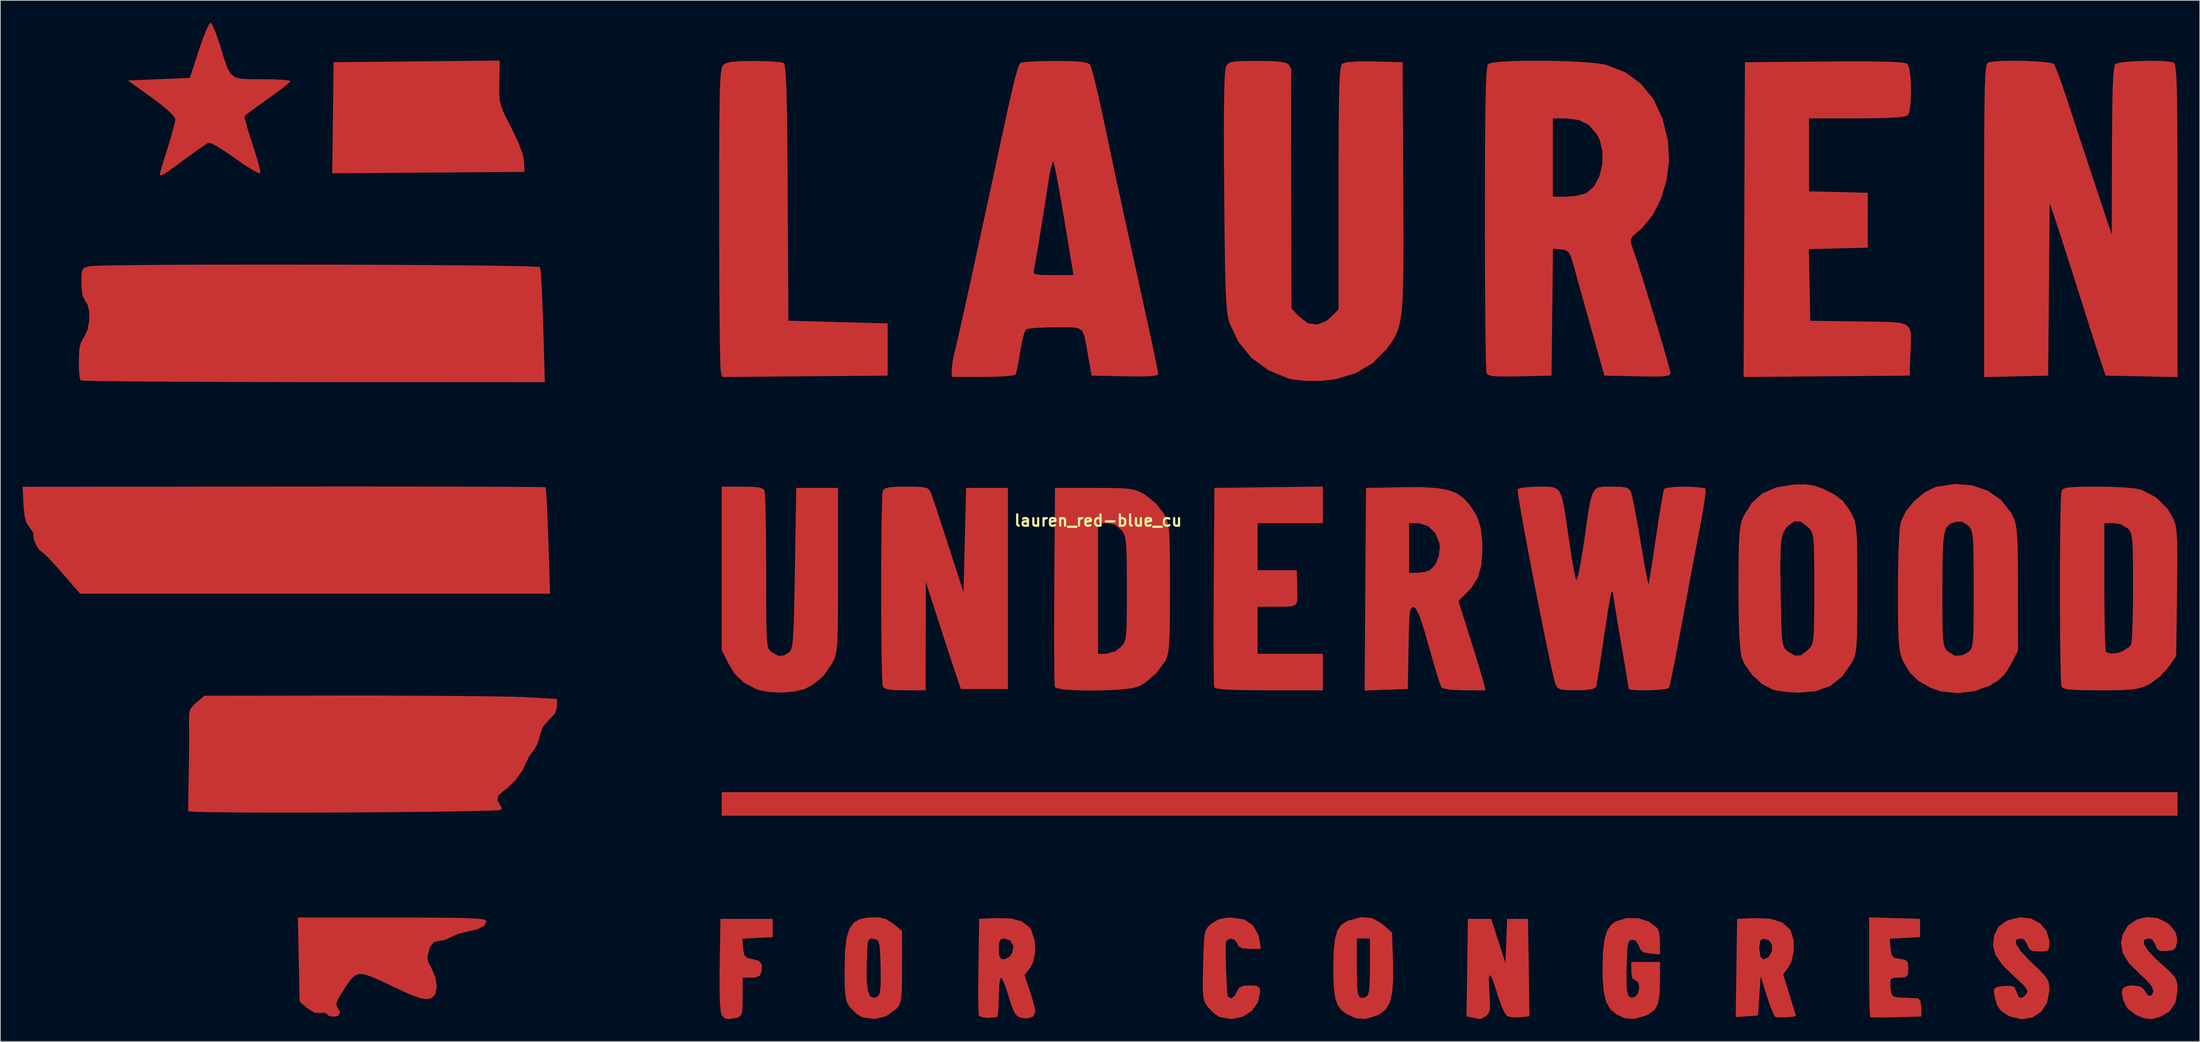
<source format=kicad_pcb>
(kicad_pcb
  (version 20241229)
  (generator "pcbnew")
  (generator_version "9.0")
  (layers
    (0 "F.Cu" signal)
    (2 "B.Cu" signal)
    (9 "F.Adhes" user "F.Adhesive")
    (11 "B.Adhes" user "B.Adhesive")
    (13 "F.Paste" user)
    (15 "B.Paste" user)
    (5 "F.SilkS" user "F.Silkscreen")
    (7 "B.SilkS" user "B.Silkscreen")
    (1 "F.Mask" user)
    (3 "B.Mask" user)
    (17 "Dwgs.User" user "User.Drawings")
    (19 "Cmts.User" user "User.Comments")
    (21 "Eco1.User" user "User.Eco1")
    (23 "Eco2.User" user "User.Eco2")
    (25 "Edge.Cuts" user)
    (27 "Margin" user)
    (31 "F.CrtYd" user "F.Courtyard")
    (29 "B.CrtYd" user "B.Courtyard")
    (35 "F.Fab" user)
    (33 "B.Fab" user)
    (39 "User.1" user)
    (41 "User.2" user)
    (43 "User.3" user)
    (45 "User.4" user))
  (footprint "lauren_red-blue_cu"
    (layer "F.Cu")
    (at 145.168 67.264)
    (property "Reference" "lauren_red-blue_cu" (at 0 0 0) (layer "F.SilkS") (effects (font (size 1.524 1.524) (thickness 0.3))))
    (attr through_hole)
    (fp_poly (pts (xy 145.697 39.864) (xy -50.8 39.864) (xy -50.8 36.689) (xy 145.697 36.689)) (stroke (width 0) (type solid)) (fill yes) (layer "F.Cu"))
    (fp_poly (pts (xy -80.826 -59.202) (xy -80.84 -57.848) (xy -80.776 -56.84) (xy -80.575 -55.957) (xy -80.179 -54.978) (xy -79.53 -53.681) (xy -79.207 -53.063) (xy -78.219 -51.006) (xy -77.637 -49.389) (xy -77.48 -48.477) (xy -77.435 -47.096) (xy -90.406 -47.003) (xy -103.378 -46.911) (xy -103.283 -54.412) (xy -103.188 -61.913) (xy -91.976 -62.024) (xy -80.764 -62.136)) (stroke (width 0) (type solid)) (fill yes) (layer "F.Cu"))
    (fp_poly (pts (xy -43.921 56.268) (xy -45.97 56.374) (xy -48.018 56.481) (xy -47.91 57.786) (xy -47.767 58.663) (xy -47.412 59.065) (xy -46.744 59.21) (xy -45.775 59.46) (xy -45.381 60.01) (xy -45.426 60.877) (xy -45.672 61.478) (xy -46.248 61.711) (xy -46.784 61.736) (xy -47.978 61.736) (xy -47.978 64.341) (xy -47.995 65.687) (xy -48.078 66.49) (xy -48.272 66.912) (xy -48.623 67.115) (xy -48.772 67.158) (xy -49.776 67.354) (xy -50.392 67.231) (xy -50.765 66.893) (xy -50.928 66.38) (xy -51.035 65.279) (xy -51.087 63.555) (xy -51.086 61.174) (xy -51.073 60.102) (xy -50.976 53.799) (xy -43.921 53.799)) (stroke (width 0) (type solid)) (fill yes) (layer "F.Cu"))
    (fp_poly (pts (xy 54.987 59.796) (xy 55.21 53.799) (xy 58.032 53.799) (xy 58.128 60.374) (xy 58.224 66.949) (xy 56.986 67.093) (xy 55.998 67.112) (xy 55.26 66.962) (xy 55.22 66.942) (xy 54.868 66.477) (xy 54.428 65.523) (xy 53.987 64.276) (xy 53.935 64.103) (xy 53.433 62.511) (xy 53.074 61.604) (xy 52.849 61.381) (xy 52.752 61.839) (xy 52.775 62.973) (xy 52.82 63.691) (xy 52.901 65.112) (xy 52.877 66.002) (xy 52.723 66.532) (xy 52.417 66.872) (xy 52.371 66.907) (xy 51.784 67.262) (xy 51.526 67.333) (xy 51.059 67.235) (xy 50.528 67.131) (xy 49.726 66.977) (xy 49.822 60.388) (xy 49.918 53.799) (xy 53.061 53.799)) (stroke (width 0) (type solid)) (fill yes) (layer "F.Cu"))
    (fp_poly (pts (xy 30.339 0.353) (xy 21.519 0.353) (xy 21.519 6.703) (xy 26.811 6.703) (xy 26.855 8.114) (xy 26.884 9.157) (xy 26.899 9.948) (xy 26.899 10.054) (xy 26.875 10.851) (xy 26.703 11.323) (xy 26.239 11.556) (xy 25.335 11.634) (xy 24.165 11.642) (xy 21.519 11.642) (xy 21.519 17.992) (xy 30.339 17.992) (xy 30.339 22.931) (xy 23.096 22.931) (xy 20.497 22.92) (xy 18.535 22.884) (xy 17.141 22.819) (xy 16.246 22.722) (xy 15.783 22.587) (xy 15.683 22.488) (xy 15.647 22.046) (xy 15.619 20.979) (xy 15.598 19.367) (xy 15.586 17.292) (xy 15.583 14.834) (xy 15.589 12.073) (xy 15.604 9.09) (xy 15.606 8.818) (xy 15.699 -4.41) (xy 23.019 -4.505) (xy 30.339 -4.6)) (stroke (width 0) (type solid)) (fill yes) (layer "F.Cu"))
    (fp_poly (pts (xy -95.827 -4.602) (xy -91.651 -4.597) (xy -87.819 -4.59) (xy -84.379 -4.581) (xy -81.378 -4.569) (xy -78.863 -4.555) (xy -76.883 -4.54) (xy -75.485 -4.522) (xy -74.716 -4.503) (xy -74.576 -4.491) (xy -74.521 -4.11) (xy -74.452 -3.132) (xy -74.374 -1.665) (xy -74.294 0.184) (xy -74.216 2.306) (xy -74.201 2.766) (xy -73.971 9.878) (xy -137.408 9.878) (xy -139.854 7.056) (xy -140.885 5.896) (xy -141.757 4.967) (xy -142.363 4.381) (xy -142.579 4.233) (xy -142.932 3.951) (xy -143.334 3.299) (xy -143.643 2.567) (xy -143.717 2.046) (xy -143.683 1.984) (xy -143.738 1.604) (xy -144.178 0.992) (xy -144.2 0.969) (xy -144.65 0.288) (xy -144.916 -0.685) (xy -145.052 -2.153) (xy -145.053 -2.193) (xy -145.168 -4.562) (xy -109.945 -4.599) (xy -105.022 -4.603) (xy -100.3 -4.604)) (stroke (width 0) (type solid)) (fill yes) (layer "F.Cu"))
    (fp_poly (pts (xy 36.905 53.677) (xy 38.202 54.373) (xy 38.532 54.648) (xy 39.68 55.675) (xy 39.808 59.69) (xy 39.825 62.067) (xy 39.685 63.852) (xy 39.356 65.146) (xy 38.806 66.051) (xy 38.004 66.67) (xy 37.595 66.864) (xy 36.099 67.314) (xy 34.826 67.238) (xy 33.593 66.674) (xy 32.86 66.133) (xy 32.346 65.471) (xy 32.016 64.559) (xy 31.833 63.267) (xy 31.758 61.467) (xy 31.75 60.285) (xy 31.802 58.079) (xy 31.982 56.464) (xy 31.988 56.444) (xy 34.925 56.444) (xy 34.925 60.266) (xy 34.938 62.119) (xy 34.995 63.367) (xy 35.126 64.108) (xy 35.361 64.443) (xy 35.729 64.472) (xy 36.131 64.344) (xy 36.383 64.134) (xy 36.548 63.653) (xy 36.643 62.781) (xy 36.684 61.397) (xy 36.689 60.287) (xy 36.689 56.444) (xy 34.925 56.444) (xy 31.988 56.444) (xy 32.324 55.334) (xy 32.863 54.579) (xy 33.634 54.093) (xy 33.762 54.041) (xy 35.476 53.573)) (stroke (width 0) (type solid)) (fill yes) (layer "F.Cu"))
    (fp_poly (pts (xy 104.163 -62.02) (xy 106.269 -61.986) (xy 107.786 -61.924) (xy 108.754 -61.833) (xy 109.212 -61.712) (xy 109.23 -61.698) (xy 109.473 -61.148) (xy 109.637 -60.104) (xy 109.72 -58.772) (xy 109.72 -57.359) (xy 109.637 -56.072) (xy 109.467 -55.117) (xy 109.291 -54.751) (xy 108.847 -54.582) (xy 107.873 -54.458) (xy 106.318 -54.376) (xy 104.137 -54.335) (xy 102.411 -54.328) (xy 95.956 -54.328) (xy 95.956 -44.473) (xy 99.924 -44.373) (xy 103.893 -44.274) (xy 103.893 -36.865) (xy 99.914 -36.765) (xy 95.936 -36.666) (xy 96.034 -31.827) (xy 96.132 -26.988) (xy 102.742 -26.892) (xy 105.147 -26.864) (xy 106.936 -26.821) (xy 108.197 -26.706) (xy 109.019 -26.462) (xy 109.488 -26.031) (xy 109.695 -25.356) (xy 109.725 -24.379) (xy 109.669 -23.044) (xy 109.642 -22.4) (xy 109.537 -19.579) (xy 98.334 -19.486) (xy 87.131 -19.393) (xy 87.222 -40.653) (xy 87.312 -61.913) (xy 98.03 -62.006) (xy 101.429 -62.026)) (stroke (width 0) (type solid)) (fill yes) (layer "F.Cu"))
    (fp_poly (pts (xy 107.509 53.698) (xy 110.949 53.799) (xy 110.949 56.268) (xy 108.9 56.374) (xy 106.851 56.481) (xy 106.96 57.786) (xy 107.097 58.657) (xy 107.446 59.053) (xy 108.212 59.201) (xy 108.215 59.201) (xy 108.992 59.348) (xy 109.305 59.741) (xy 109.361 60.524) (xy 109.307 61.332) (xy 109 61.667) (xy 108.227 61.736) (xy 108.105 61.736) (xy 107.288 61.777) (xy 106.957 62.038) (xy 106.933 62.728) (xy 106.959 63.059) (xy 107.063 63.874) (xy 107.332 64.268) (xy 107.974 64.409) (xy 108.656 64.443) (xy 109.721 64.486) (xy 110.516 64.522) (xy 110.684 64.531) (xy 110.997 64.871) (xy 111.125 65.718) (xy 111.125 65.769) (xy 111.125 66.979) (xy 107.743 67.092) (xy 106.275 67.126) (xy 105.097 67.125) (xy 104.368 67.091) (xy 104.215 67.057) (xy 104.169 66.675) (xy 104.13 65.699) (xy 104.098 64.241) (xy 104.077 62.414) (xy 104.069 60.329) (xy 104.069 60.253) (xy 104.069 53.597)) (stroke (width 0) (type solid)) (fill yes) (layer "F.Cu"))
    (fp_poly (pts (xy -46.453 -62.083) (xy -44.898 -62.055) (xy -43.589 -61.983) (xy -42.698 -61.879) (xy -42.425 -61.8) (xy -42.319 -61.573) (xy -42.228 -61.005) (xy -42.15 -60.051) (xy -42.085 -58.663) (xy -42.031 -56.795) (xy -41.985 -54.4) (xy -41.948 -51.433) (xy -41.918 -47.847) (xy -41.896 -44.255) (xy -41.804 -26.988) (xy -35.101 -26.811) (xy -28.399 -26.635) (xy -28.399 -19.579) (xy -39.557 -19.486) (xy -50.715 -19.393) (xy -50.929 -20.192) (xy -50.969 -20.685) (xy -51.006 -21.817) (xy -51.041 -23.523) (xy -51.072 -25.736) (xy -51.098 -28.39) (xy -51.12 -31.419) (xy -51.136 -34.757) (xy -51.145 -38.338) (xy -51.148 -40.985) (xy -51.147 -45.29) (xy -51.142 -48.943) (xy -51.131 -52) (xy -51.112 -54.513) (xy -51.085 -56.538) (xy -51.047 -58.129) (xy -50.997 -59.34) (xy -50.935 -60.226) (xy -50.857 -60.84) (xy -50.763 -61.236) (xy -50.652 -61.47) (xy -50.598 -61.535) (xy -50.163 -61.803) (xy -49.418 -61.972) (xy -48.231 -62.06) (xy -46.471 -62.084)) (stroke (width 0) (type solid)) (fill yes) (layer "F.Cu"))
    (fp_poly (pts (xy 90.766 53.788) (xy 92.341 54.284) (xy 93.364 55.188) (xy 93.508 55.427) (xy 93.882 56.702) (xy 93.898 58.21) (xy 93.573 59.618) (xy 93.213 60.292) (xy 92.476 61.29) (xy 93.334 64.071) (xy 93.727 65.352) (xy 94.026 66.334) (xy 94.18 66.857) (xy 94.192 66.901) (xy 93.887 67.004) (xy 93.166 67.08) (xy 92.317 67.116) (xy 91.628 67.095) (xy 91.404 67.046) (xy 91.159 66.637) (xy 90.787 65.73) (xy 90.36 64.503) (xy 90.265 64.206) (xy 89.434 61.56) (xy 89.255 64.206) (xy 89.076 66.851) (xy 87.569 66.96) (xy 86.062 67.069) (xy 86.158 60.434) (xy 86.195 57.856) (xy 89.253 57.856) (xy 89.39 58.883) (xy 89.781 59.28) (xy 90.396 59.023) (xy 90.593 58.843) (xy 90.961 58.125) (xy 90.952 57.311) (xy 90.586 56.725) (xy 90.459 56.659) (xy 89.734 56.475) (xy 89.372 56.727) (xy 89.257 57.531) (xy 89.253 57.856) (xy 86.195 57.856) (xy 86.254 53.799) (xy 88.622 53.695)) (stroke (width 0) (type solid)) (fill yes) (layer "F.Cu"))
    (fp_poly (pts (xy -24.424 -4.571) (xy -23.512 -4.502) (xy -22.993 -4.341) (xy -22.71 -4.05) (xy -22.587 -3.792) (xy -22.377 -3.213) (xy -21.993 -2.084) (xy -21.475 -0.526) (xy -20.863 1.34) (xy -20.213 3.345) (xy -18.168 9.688) (xy -17.992 2.639) (xy -17.815 -4.41) (xy -12.171 -4.41) (xy -12.171 22.754) (xy -18.521 22.754) (xy -19.295 20.461) (xy -19.694 19.262) (xy -20.243 17.593) (xy -20.875 15.657) (xy -21.523 13.656) (xy -21.661 13.229) (xy -23.253 8.29) (xy -23.283 22.931) (xy -26.068 22.931) (xy -27.538 22.901) (xy -28.441 22.796) (xy -28.916 22.589) (xy -29.066 22.373) (xy -29.116 21.901) (xy -29.161 20.807) (xy -29.201 19.175) (xy -29.235 17.088) (xy -29.26 14.63) (xy -29.276 11.884) (xy -29.281 9.172) (xy -29.275 6.236) (xy -29.258 3.51) (xy -29.232 1.078) (xy -29.198 -0.976) (xy -29.158 -2.569) (xy -29.112 -3.617) (xy -29.066 -4.028) (xy -28.819 -4.312) (xy -28.252 -4.484) (xy -27.233 -4.567) (xy -25.884 -4.586)) (stroke (width 0) (type solid)) (fill yes) (layer "F.Cu"))
    (fp_poly (pts (xy 143 53.694) (xy 144.328 54.359) (xy 144.689 54.676) (xy 145.414 55.574) (xy 145.648 56.447) (xy 145.632 56.881) (xy 145.481 57.656) (xy 145.08 58.007) (xy 144.241 58.139) (xy 143.364 58.144) (xy 142.932 57.876) (xy 142.735 57.345) (xy 142.303 56.602) (xy 141.81 56.444) (xy 141.199 56.633) (xy 141.159 57.172) (xy 141.671 58.025) (xy 142.717 59.154) (xy 143.404 59.783) (xy 144.513 60.776) (xy 145.191 61.483) (xy 145.544 62.072) (xy 145.677 62.714) (xy 145.697 63.463) (xy 145.427 65.103) (xy 144.607 66.307) (xy 143.347 67.049) (xy 142.221 67.344) (xy 141.184 67.233) (xy 140.053 66.763) (xy 138.929 65.89) (xy 138.42 64.915) (xy 138.163 63.77) (xy 138.353 63.11) (xy 139.052 62.828) (xy 139.654 62.794) (xy 140.648 62.92) (xy 141.195 63.367) (xy 141.292 63.548) (xy 141.757 64.167) (xy 142.195 64.159) (xy 142.451 63.571) (xy 142.218 62.899) (xy 141.36 61.922) (xy 140.625 61.259) (xy 139.146 59.79) (xy 138.309 58.42) (xy 138.072 57.058) (xy 138.291 55.909) (xy 139.024 54.693) (xy 140.171 53.895) (xy 141.556 53.551)) (stroke (width 0) (type solid)) (fill yes) (layer "F.Cu"))
    (fp_poly (pts (xy -28.617 53.827) (xy -27.687 54.418) (xy -27.544 54.536) (xy -26.458 55.449) (xy -26.458 60.29) (xy -26.467 62.251) (xy -26.504 63.637) (xy -26.586 64.575) (xy -26.73 65.197) (xy -26.953 65.629) (xy -27.198 65.925) (xy -28.579 66.938) (xy -30.177 67.339) (xy -31.825 67.089) (xy -31.966 67.035) (xy -32.705 66.548) (xy -33.451 65.792) (xy -33.465 65.775) (xy -33.791 65.292) (xy -34.007 64.731) (xy -34.136 63.942) (xy -34.2 62.777) (xy -34.219 61.089) (xy -34.219 60.613) (xy -34.208 60.149) (xy -31.234 60.149) (xy -31.23 62.171) (xy -31.07 63.541) (xy -30.74 64.297) (xy -30.226 64.479) (xy -29.709 64.259) (xy -29.492 63.898) (xy -29.369 63.088) (xy -29.332 61.739) (xy -29.356 60.296) (xy -29.409 58.651) (xy -29.482 57.582) (xy -29.604 56.959) (xy -29.806 56.651) (xy -30.12 56.529) (xy -30.251 56.508) (xy -30.637 56.465) (xy -30.892 56.546) (xy -31.048 56.873) (xy -31.137 57.567) (xy -31.192 58.746) (xy -31.234 60.149) (xy -34.208 60.149) (xy -34.159 58.195) (xy -33.953 56.39) (xy -33.563 55.114) (xy -32.951 54.281) (xy -32.077 53.807) (xy -31.044 53.619) (xy -29.639 53.586)) (stroke (width 0) (type solid)) (fill yes) (layer "F.Cu"))
    (fp_poly (pts (xy 19.682 53.882) (xy 20.895 54.653) (xy 21.614 55.921) (xy 21.754 56.533) (xy 21.965 57.856) (xy 20.474 57.856) (xy 19.474 57.785) (xy 18.969 57.515) (xy 18.799 57.15) (xy 18.418 56.611) (xy 17.846 56.457) (xy 17.371 56.704) (xy 17.251 57.062) (xy 17.229 57.987) (xy 17.24 59.257) (xy 17.275 60.687) (xy 17.329 62.09) (xy 17.395 63.28) (xy 17.466 64.072) (xy 17.512 64.285) (xy 17.947 64.555) (xy 18.424 64.206) (xy 18.697 63.676) (xy 19.042 63.091) (xy 19.638 62.839) (xy 20.452 62.794) (xy 21.366 62.843) (xy 21.773 63.067) (xy 21.872 63.589) (xy 21.872 63.66) (xy 21.558 65.098) (xy 20.714 66.251) (xy 19.49 67.027) (xy 18.033 67.336) (xy 16.494 67.085) (xy 16.365 67.035) (xy 15.634 66.552) (xy 14.879 65.791) (xy 14.84 65.742) (xy 14.524 65.295) (xy 14.311 64.811) (xy 14.187 64.153) (xy 14.134 63.184) (xy 14.137 61.769) (xy 14.173 60.037) (xy 14.224 58.132) (xy 14.285 56.801) (xy 14.383 55.912) (xy 14.544 55.332) (xy 14.794 54.93) (xy 15.159 54.575) (xy 15.277 54.473) (xy 16.206 53.883) (xy 17.347 53.643) (xy 17.992 53.622)) (stroke (width 0) (type solid)) (fill yes) (layer "F.Cu"))
    (fp_poly (pts (xy 72.935 53.717) (xy 74.386 54.185) (xy 75.479 55.057) (xy 75.577 55.189) (xy 75.74 55.753) (xy 75.833 56.714) (xy 75.842 57.083) (xy 75.847 58.604) (xy 74.538 58.494) (xy 73.615 58.322) (xy 73.162 57.913) (xy 73.023 57.503) (xy 72.606 56.774) (xy 72.127 56.621) (xy 71.816 56.676) (xy 71.609 56.923) (xy 71.479 57.489) (xy 71.399 58.496) (xy 71.343 60.069) (xy 71.336 60.294) (xy 71.312 62.16) (xy 71.378 63.413) (xy 71.558 64.142) (xy 71.875 64.436) (xy 72.355 64.385) (xy 72.437 64.356) (xy 72.856 63.919) (xy 73.032 63.209) (xy 72.957 62.512) (xy 72.625 62.11) (xy 72.496 62.089) (xy 72.104 61.821) (xy 71.968 60.967) (xy 71.967 60.854) (xy 71.967 59.619) (xy 75.847 59.619) (xy 75.847 62.288) (xy 75.786 64.057) (xy 75.562 65.276) (xy 75.111 66.093) (xy 74.369 66.656) (xy 73.89 66.881) (xy 72.381 67.322) (xy 71.086 67.219) (xy 69.984 66.707) (xy 69.169 66.029) (xy 68.609 65.082) (xy 68.268 63.747) (xy 68.11 61.906) (xy 68.088 60.537) (xy 68.152 58.235) (xy 68.358 56.532) (xy 68.734 55.329) (xy 69.306 54.53) (xy 69.849 54.152) (xy 71.349 53.693)) (stroke (width 0) (type solid)) (fill yes) (layer "F.Cu"))
    (fp_poly (pts (xy -91.903 53.625) (xy -89.165 53.637) (xy -87.005 53.659) (xy -85.357 53.695) (xy -84.157 53.746) (xy -83.341 53.817) (xy -82.845 53.908) (xy -82.603 54.024) (xy -82.55 54.139) (xy -82.852 54.74) (xy -83.782 55.21) (xy -85.251 55.547) (xy -86.346 55.819) (xy -87.225 56.188) (xy -87.368 56.282) (xy -88.226 56.67) (xy -88.961 56.786) (xy -89.661 56.936) (xy -90.105 57.493) (xy -90.312 58.033) (xy -90.53 58.959) (xy -90.393 59.708) (xy -89.986 60.456) (xy -89.457 61.668) (xy -89.261 62.907) (xy -89.435 63.901) (xy -89.523 64.055) (xy -89.981 64.502) (xy -90.62 64.656) (xy -91.547 64.499) (xy -92.867 64.013) (xy -94.664 63.19) (xy -96.618 62.255) (xy -98.051 61.616) (xy -99.081 61.28) (xy -99.83 61.247) (xy -100.417 61.522) (xy -100.962 62.108) (xy -101.583 63.009) (xy -101.833 63.386) (xy -102.536 64.533) (xy -102.821 65.26) (xy -102.732 65.682) (xy -102.707 65.709) (xy -102.318 66.387) (xy -102.555 66.877) (xy -103.188 67.028) (xy -103.85 66.905) (xy -104.069 66.668) (xy -104.356 66.467) (xy -104.902 66.518) (xy -105.794 66.465) (xy -106.754 65.85) (xy -107.774 64.973) (xy -107.893 59.298) (xy -108.012 53.622) (xy -95.281 53.622)) (stroke (width 0) (type solid)) (fill yes) (layer "F.Cu"))
    (fp_poly (pts (xy -11.77 53.744) (xy -10.306 54.138) (xy -9.315 54.903) (xy -8.979 55.418) (xy -8.543 56.82) (xy -8.495 58.374) (xy -8.822 59.788) (xy -9.203 60.46) (xy -9.938 61.395) (xy -9.203 63.575) (xy -8.819 64.799) (xy -8.553 65.818) (xy -8.467 66.353) (xy -8.761 66.986) (xy -9.542 67.257) (xy -10.437 67.165) (xy -10.92 66.938) (xy -11.308 66.438) (xy -11.687 65.518) (xy -12.051 64.343) (xy -12.446 63.107) (xy -12.808 62.188) (xy -13.071 61.751) (xy -13.107 61.736) (xy -13.25 62.06) (xy -13.355 62.917) (xy -13.404 64.134) (xy -13.406 64.382) (xy -13.438 65.654) (xy -13.524 66.605) (xy -13.646 67.058) (xy -13.67 67.073) (xy -14.804 67.177) (xy -15.689 67.095) (xy -16.098 66.856) (xy -16.14 66.395) (xy -16.167 65.349) (xy -16.177 63.838) (xy -16.17 61.984) (xy -16.148 60.137) (xy -16.113 57.856) (xy -13.406 57.856) (xy -13.347 58.778) (xy -13.109 59.186) (xy -12.692 59.267) (xy -11.991 58.956) (xy -11.582 58.395) (xy -11.436 57.436) (xy -11.855 56.725) (xy -12.733 56.444) (xy -12.743 56.444) (xy -13.18 56.58) (xy -13.372 57.103) (xy -13.406 57.856) (xy -16.113 57.856) (xy -16.051 53.799) (xy -13.788 53.692)) (stroke (width 0) (type solid)) (fill yes) (layer "F.Cu"))
    (fp_poly (pts (xy 125.877 53.746) (xy 127.131 54.383) (xy 128.021 55.423) (xy 128.405 56.792) (xy 128.411 56.993) (xy 128.365 57.779) (xy 128.089 58.122) (xy 127.377 58.206) (xy 127.038 58.208) (xy 126.109 58.138) (xy 125.645 57.841) (xy 125.444 57.326) (xy 125.011 56.597) (xy 124.524 56.444) (xy 123.922 56.632) (xy 123.905 57.184) (xy 124.463 58.081) (xy 125.589 59.304) (xy 126.118 59.808) (xy 127.221 60.855) (xy 127.898 61.6) (xy 128.251 62.209) (xy 128.384 62.848) (xy 128.4 63.513) (xy 128.094 65.127) (xy 127.287 66.352) (xy 126.106 67.12) (xy 124.679 67.361) (xy 123.134 67.007) (xy 122.512 66.685) (xy 121.755 66.102) (xy 121.293 65.354) (xy 121.006 64.211) (xy 120.925 63.676) (xy 120.972 63.214) (xy 121.397 62.975) (xy 122.283 62.864) (xy 123.227 62.845) (xy 123.704 63.043) (xy 123.941 63.566) (xy 123.965 63.658) (xy 124.291 64.407) (xy 124.748 64.466) (xy 125.268 63.991) (xy 125.44 63.653) (xy 125.326 63.257) (xy 124.847 62.685) (xy 123.921 61.819) (xy 123.57 61.508) (xy 122.063 60.02) (xy 121.154 58.704) (xy 120.794 57.449) (xy 120.933 56.149) (xy 121.014 55.881) (xy 121.542 54.866) (xy 122.459 54.165) (xy 122.834 53.984) (xy 124.399 53.588)) (stroke (width 0) (type solid)) (fill yes) (layer "F.Cu"))
    (fp_poly (pts (xy -46.546 -4.557) (xy -45.642 -4.451) (xy -45.167 -4.244) (xy -45.017 -4.028) (xy -44.962 -3.544) (xy -44.913 -2.447) (xy -44.871 -0.833) (xy -44.837 1.207) (xy -44.814 3.578) (xy -44.803 6.187) (xy -44.803 6.888) (xy -44.802 9.86) (xy -44.795 12.205) (xy -44.776 14.004) (xy -44.74 15.334) (xy -44.681 16.276) (xy -44.593 16.908) (xy -44.47 17.309) (xy -44.308 17.56) (xy -44.1 17.738) (xy -44.019 17.795) (xy -43.137 18.271) (xy -42.406 18.219) (xy -41.783 17.844) (xy -41.59 17.668) (xy -41.435 17.402) (xy -41.311 16.968) (xy -41.215 16.292) (xy -41.139 15.295) (xy -41.077 13.901) (xy -41.025 12.035) (xy -40.976 9.618) (xy -40.924 6.575) (xy -40.922 6.467) (xy -40.746 -4.41) (xy -35.101 -4.41) (xy -35.101 6.703) (xy -35.103 9.804) (xy -35.112 12.283) (xy -35.133 14.22) (xy -35.17 15.698) (xy -35.229 16.799) (xy -35.316 17.607) (xy -35.434 18.202) (xy -35.589 18.667) (xy -35.785 19.084) (xy -35.861 19.226) (xy -37.094 21.015) (xy -38.628 22.259) (xy -39.593 22.737) (xy -40.985 23.095) (xy -42.722 23.237) (xy -44.477 23.16) (xy -45.923 22.858) (xy -46.038 22.816) (xy -47.797 21.905) (xy -49.079 20.661) (xy -49.901 19.304) (xy -50.8 17.5) (xy -50.8 -4.586) (xy -48.016 -4.586)) (stroke (width 0) (type solid)) (fill yes) (layer "F.Cu"))
    (fp_poly (pts (xy -109.729 -34.579) (xy -105.719 -34.574) (xy -101.709 -34.565) (xy -97.763 -34.551) (xy -93.941 -34.533) (xy -90.307 -34.511) (xy -86.924 -34.484) (xy -83.853 -34.454) (xy -81.156 -34.42) (xy -78.897 -34.382) (xy -77.138 -34.341) (xy -75.94 -34.296) (xy -75.367 -34.248) (xy -75.327 -34.233) (xy -75.255 -33.794) (xy -75.173 -32.758) (xy -75.086 -31.232) (xy -75.001 -29.324) (xy -74.923 -27.142) (xy -74.897 -26.292) (xy -74.677 -18.69) (xy -105.902 -18.701) (xy -110.535 -18.705) (xy -114.965 -18.714) (xy -119.142 -18.727) (xy -123.015 -18.744) (xy -126.533 -18.765) (xy -129.646 -18.789) (xy -132.303 -18.815) (xy -134.453 -18.844) (xy -136.046 -18.876) (xy -137.03 -18.908) (xy -137.355 -18.94) (xy -137.471 -19.384) (xy -137.553 -20.328) (xy -137.583 -21.531) (xy -137.524 -23.009) (xy -137.316 -24.008) (xy -136.911 -24.748) (xy -136.878 -24.791) (xy -136.422 -25.732) (xy -136.186 -26.954) (xy -136.179 -28.2) (xy -136.411 -29.214) (xy -136.701 -29.633) (xy -137.068 -30.328) (xy -137.224 -31.651) (xy -137.231 -32.102) (xy -137.211 -33.248) (xy -137.092 -33.877) (xy -136.78 -34.179) (xy -136.183 -34.341) (xy -136.128 -34.352) (xy -135.545 -34.399) (xy -134.339 -34.44) (xy -132.571 -34.476) (xy -130.305 -34.506) (xy -127.602 -34.531) (xy -124.526 -34.551) (xy -121.138 -34.565) (xy -117.501 -34.575) (xy -113.677 -34.579)) (stroke (width 0) (type solid)) (fill yes) (layer "F.Cu"))
    (fp_poly (pts (xy -97.16 23.643) (xy -93.439 23.653) (xy -89.89 23.669) (xy -86.597 23.693) (xy -83.642 23.723) (xy -81.106 23.757) (xy -79.073 23.796) (xy -77.625 23.839) (xy -77.174 23.86) (xy -73.025 24.095) (xy -73.025 25.09) (xy -73.315 26.097) (xy -74.061 26.85) (xy -74.968 27.88) (xy -75.333 29.015) (xy -75.644 30.088) (xy -76.108 30.94) (xy -76.202 31.047) (xy -76.809 31.868) (xy -77.082 32.457) (xy -77.7 33.749) (xy -78.654 35.073) (xy -79.716 36.13) (xy -80.089 36.393) (xy -80.936 37.105) (xy -81.088 37.807) (xy -80.721 38.376) (xy -80.495 38.868) (xy -80.574 39.064) (xy -80.969 39.12) (xy -81.989 39.172) (xy -83.561 39.221) (xy -85.609 39.266) (xy -88.059 39.307) (xy -90.836 39.343) (xy -93.866 39.374) (xy -97.075 39.401) (xy -100.387 39.421) (xy -103.728 39.436) (xy -107.024 39.445) (xy -110.199 39.447) (xy -113.18 39.442) (xy -115.892 39.43) (xy -118.259 39.41) (xy -120.208 39.382) (xy -121.664 39.347) (xy -122.553 39.302) (xy -122.806 39.257) (xy -122.813 38.822) (xy -122.806 37.817) (xy -122.786 36.378) (xy -122.755 34.642) (xy -122.743 34.043) (xy -122.709 32.064) (xy -122.691 30.169) (xy -122.689 28.555) (xy -122.703 27.416) (xy -122.708 27.287) (xy -122.701 26.152) (xy -122.504 25.431) (xy -122.009 24.836) (xy -121.698 24.564) (xy -120.622 23.658) (xy -100.972 23.642)) (stroke (width 0) (type solid)) (fill yes) (layer "F.Cu"))
    (fp_poly (pts (xy 45.745 -4.395) (xy 47.262 -4.121) (xy 48.435 -3.659) (xy 49.381 -2.976) (xy 50.22 -2.039) (xy 50.235 -2.018) (xy 51.113 -0.616) (xy 51.635 0.914) (xy 51.86 2.79) (xy 51.879 3.978) (xy 51.725 6.078) (xy 51.251 7.714) (xy 50.386 9.086) (xy 49.77 9.747) (xy 48.636 10.851) (xy 50.233 15.921) (xy 50.813 17.78) (xy 51.332 19.47) (xy 51.744 20.844) (xy 52.005 21.754) (xy 52.058 21.96) (xy 52.288 22.931) (xy 49.448 22.931) (xy 47.712 22.871) (xy 46.657 22.693) (xy 46.324 22.49) (xy 46.134 22.008) (xy 45.8 20.976) (xy 45.364 19.526) (xy 44.865 17.791) (xy 44.627 16.938) (xy 44.023 14.825) (xy 43.541 13.323) (xy 43.152 12.355) (xy 42.825 11.842) (xy 42.607 11.71) (xy 42.377 11.723) (xy 42.209 11.928) (xy 42.091 12.425) (xy 42.011 13.311) (xy 41.955 14.684) (xy 41.911 16.642) (xy 41.901 17.174) (xy 41.804 22.754) (xy 38.89 22.857) (xy 35.975 22.959) (xy 36.067 9.275) (xy 36.128 0.353) (xy 41.981 0.353) (xy 41.981 7.056) (xy 43.062 7.056) (xy 44.061 6.946) (xy 44.778 6.716) (xy 45.502 5.983) (xy 45.987 4.838) (xy 46.131 3.562) (xy 46.076 3.102) (xy 45.515 1.707) (xy 44.549 0.752) (xy 43.303 0.357) (xy 43.154 0.353) (xy 41.981 0.353) (xy 36.128 0.353) (xy 36.16 -4.41) (xy 41.202 -4.508) (xy 43.764 -4.513)) (stroke (width 0) (type solid)) (fill yes) (layer "F.Cu"))
    (fp_poly (pts (xy -119.529 -66.898) (xy -119.15 -66.015) (xy -118.71 -64.776) (xy -118.519 -64.18) (xy -117.958 -62.36) (xy -117.509 -61.101) (xy -117.045 -60.3) (xy -116.438 -59.854) (xy -115.562 -59.661) (xy -114.288 -59.616) (xy -112.876 -59.619) (xy -111.32 -59.597) (xy -110.064 -59.536) (xy -109.25 -59.446) (xy -109.012 -59.355) (xy -109.286 -59.056) (xy -110.021 -58.455) (xy -111.097 -57.649) (xy -112.043 -56.974) (xy -113.307 -56.078) (xy -114.341 -55.326) (xy -115.014 -54.811) (xy -115.206 -54.639) (xy -115.156 -54.235) (xy -114.914 -53.312) (xy -114.521 -52.016) (xy -114.124 -50.8) (xy -113.643 -49.301) (xy -113.286 -48.048) (xy -113.092 -47.192) (xy -113.082 -46.892) (xy -113.42 -46.969) (xy -114.201 -47.398) (xy -115.305 -48.105) (xy -116.454 -48.905) (xy -117.772 -49.816) (xy -118.903 -50.527) (xy -119.717 -50.959) (xy -120.06 -51.048) (xy -120.504 -50.78) (xy -121.371 -50.186) (xy -122.52 -49.363) (xy -123.386 -48.727) (xy -124.79 -47.694) (xy -125.726 -47.033) (xy -126.286 -46.692) (xy -126.561 -46.614) (xy -126.645 -46.745) (xy -126.647 -46.795) (xy -126.546 -47.208) (xy -126.273 -48.136) (xy -125.876 -49.421) (xy -125.589 -50.327) (xy -125.135 -51.809) (xy -124.783 -53.085) (xy -124.58 -53.976) (xy -124.549 -54.244) (xy -124.838 -54.712) (xy -125.621 -55.472) (xy -126.8 -56.435) (xy -127.762 -57.15) (xy -130.956 -59.443) (xy -126.773 -59.619) (xy -122.59 -59.796) (xy -121.356 -63.585) (xy -120.837 -65.08) (xy -120.363 -66.276) (xy -119.987 -67.045) (xy -119.779 -67.264)) (stroke (width 0) (type solid)) (fill yes) (layer "F.Cu"))
    (fp_poly (pts (xy 1.524 -4.404) (xy 3.011 -4.374) (xy 4.071 -4.301) (xy 4.842 -4.166) (xy 5.464 -3.951) (xy 6.076 -3.636) (xy 6.354 -3.474) (xy 7.848 -2.281) (xy 8.823 -1.005) (xy 9.096 -0.511) (xy 9.306 -0.038) (xy 9.461 0.51) (xy 9.568 1.23) (xy 9.638 2.22) (xy 9.678 3.577) (xy 9.696 5.398) (xy 9.701 7.781) (xy 9.701 9.172) (xy 9.696 11.922) (xy 9.677 14.06) (xy 9.637 15.677) (xy 9.571 16.867) (xy 9.474 17.722) (xy 9.338 18.335) (xy 9.159 18.799) (xy 9.081 18.951) (xy 7.872 20.606) (xy 6.318 21.929) (xy 5.391 22.436) (xy 4.595 22.638) (xy 3.341 22.791) (xy 1.777 22.895) (xy 0.051 22.95) (xy -1.69 22.954) (xy -3.298 22.908) (xy -4.624 22.81) (xy -5.521 22.659) (xy -5.836 22.488) (xy -5.872 22.046) (xy -5.901 20.979) (xy -5.921 19.367) (xy -5.933 17.292) (xy -5.937 14.834) (xy -5.931 12.073) (xy -5.915 9.09) (xy -5.913 8.818) (xy -5.854 0.353) (xy 0 0.353) (xy 0 17.992) (xy 1.074 17.992) (xy 2.284 17.668) (xy 3.015 17.126) (xy 3.309 16.814) (xy 3.528 16.483) (xy 3.682 16.03) (xy 3.783 15.352) (xy 3.843 14.347) (xy 3.871 12.913) (xy 3.88 10.945) (xy 3.881 9.236) (xy 3.876 6.825) (xy 3.857 5.015) (xy 3.813 3.703) (xy 3.735 2.784) (xy 3.613 2.155) (xy 3.437 1.71) (xy 3.199 1.347) (xy 3.149 1.282) (xy 2.283 0.549) (xy 1.209 0.353) (xy 0 0.353) (xy -5.854 0.353) (xy -5.821 -4.41) (xy -0.529 -4.41)) (stroke (width 0) (type solid)) (fill yes) (layer "F.Cu"))
    (fp_poly (pts (xy 125.075 -62.088) (xy 126.589 -62.021) (xy 127.871 -61.914) (xy 128.747 -61.772) (xy 129.033 -61.648) (xy 129.261 -61.171) (xy 129.655 -60.15) (xy 130.167 -58.714) (xy 130.751 -56.993) (xy 131.046 -56.092) (xy 131.751 -53.928) (xy 132.595 -51.355) (xy 133.494 -48.63) (xy 134.361 -46.011) (xy 134.763 -44.803) (xy 136.822 -38.629) (xy 136.85 -49.936) (xy 136.866 -53.344) (xy 136.898 -56.096) (xy 136.947 -58.239) (xy 137.016 -59.822) (xy 137.106 -60.893) (xy 137.218 -61.5) (xy 137.301 -61.666) (xy 137.81 -61.836) (xy 138.835 -61.969) (xy 140.187 -62.059) (xy 141.678 -62.101) (xy 143.12 -62.09) (xy 144.323 -62.021) (xy 145.098 -61.889) (xy 145.139 -61.875) (xy 145.256 -61.775) (xy 145.355 -61.539) (xy 145.439 -61.113) (xy 145.508 -60.446) (xy 145.563 -59.486) (xy 145.607 -58.182) (xy 145.64 -56.48) (xy 145.665 -54.328) (xy 145.681 -51.676) (xy 145.691 -48.471) (xy 145.696 -44.66) (xy 145.697 -40.522) (xy 145.697 -19.383) (xy 140.85 -19.481) (xy 136.003 -19.579) (xy 135.398 -21.343) (xy 135.111 -22.207) (xy 134.654 -23.615) (xy 134.069 -25.438) (xy 133.396 -27.547) (xy 132.678 -29.813) (xy 132.457 -30.515) (xy 131.714 -32.862) (xy 130.986 -35.146) (xy 130.32 -37.224) (xy 129.76 -38.951) (xy 129.355 -40.183) (xy 129.284 -40.393) (xy 128.446 -42.862) (xy 128.341 -31.221) (xy 128.235 -19.579) (xy 123.913 -19.48) (xy 119.592 -19.381) (xy 119.592 -40.521) (xy 119.593 -44.942) (xy 119.598 -48.709) (xy 119.609 -51.875) (xy 119.626 -54.491) (xy 119.65 -56.61) (xy 119.684 -58.283) (xy 119.729 -59.563) (xy 119.786 -60.501) (xy 119.855 -61.149) (xy 119.94 -61.56) (xy 120.04 -61.786) (xy 120.15 -61.875) (xy 120.866 -62.009) (xy 122.041 -62.087) (xy 123.501 -62.112)) (stroke (width 0) (type solid)) (fill yes) (layer "F.Cu"))
    (fp_poly (pts (xy 136.859 -4.554) (xy 138.595 -4.467) (xy 139.963 -4.337) (xy 140.794 -4.175) (xy 142.767 -3.153) (xy 144.319 -1.63) (xy 144.997 -0.519) (xy 145.23 -0.002) (xy 145.407 0.525) (xy 145.534 1.162) (xy 145.617 2.007) (xy 145.663 3.157) (xy 145.677 4.711) (xy 145.665 6.767) (xy 145.635 9.422) (xy 145.632 9.654) (xy 145.521 18.286) (xy 144.458 19.814) (xy 143.337 21.061) (xy 141.994 22.047) (xy 141.825 22.137) (xy 141.127 22.457) (xy 140.416 22.678) (xy 139.545 22.818) (xy 138.366 22.894) (xy 136.732 22.926) (xy 135.253 22.931) (xy 133.238 22.92) (xy 131.821 22.88) (xy 130.895 22.8) (xy 130.353 22.668) (xy 130.089 22.473) (xy 130.036 22.373) (xy 129.987 21.901) (xy 129.941 20.807) (xy 129.901 19.175) (xy 129.868 17.088) (xy 129.843 14.63) (xy 129.827 11.884) (xy 129.822 9.172) (xy 129.828 6.236) (xy 129.845 3.51) (xy 129.87 1.078) (xy 129.882 0.353) (xy 135.819 0.353) (xy 135.819 8.937) (xy 135.829 11.33) (xy 135.855 13.486) (xy 135.895 15.304) (xy 135.947 16.687) (xy 136.007 17.534) (xy 136.055 17.756) (xy 136.705 17.979) (xy 137.664 17.87) (xy 138.4 17.586) (xy 139.106 17.118) (xy 139.43 16.792) (xy 139.508 16.336) (xy 139.577 15.286) (xy 139.634 13.752) (xy 139.674 11.847) (xy 139.693 9.68) (xy 139.695 9.084) (xy 139.692 6.621) (xy 139.676 4.765) (xy 139.637 3.417) (xy 139.567 2.481) (xy 139.457 1.856) (xy 139.299 1.446) (xy 139.083 1.151) (xy 138.994 1.058) (xy 137.977 0.486) (xy 137.054 0.353) (xy 135.819 0.353) (xy 129.882 0.353) (xy 129.904 -0.976) (xy 129.945 -2.569) (xy 129.991 -3.617) (xy 130.036 -4.028) (xy 130.225 -4.259) (xy 130.656 -4.418) (xy 131.439 -4.517) (xy 132.686 -4.569) (xy 134.507 -4.586) (xy 134.923 -4.586)) (stroke (width 0) (type solid)) (fill yes) (layer "F.Cu"))
    (fp_poly (pts (xy 23.359 -62.062) (xy 24.625 -61.972) (xy 25.389 -61.808) (xy 25.722 -61.597) (xy 26.046 -61.027) (xy 26.076 -60.803) (xy 26.066 -60.398) (xy 26.058 -59.36) (xy 26.053 -57.761) (xy 26.05 -55.672) (xy 26.05 -53.166) (xy 26.052 -50.315) (xy 26.058 -47.19) (xy 26.064 -44.576) (xy 26.106 -28.65) (xy 27.129 -27.554) (xy 28.327 -26.656) (xy 29.564 -26.459) (xy 30.806 -26.966) (xy 31.424 -27.49) (xy 32.456 -28.521) (xy 32.456 -44.909) (xy 32.459 -48.835) (xy 32.469 -52.113) (xy 32.488 -54.798) (xy 32.518 -56.946) (xy 32.559 -58.615) (xy 32.615 -59.86) (xy 32.686 -60.739) (xy 32.774 -61.307) (xy 32.881 -61.621) (xy 32.948 -61.705) (xy 33.602 -61.912) (xy 34.935 -62.017) (xy 36.924 -62.021) (xy 37.269 -62.013) (xy 41.099 -61.913) (xy 41.19 -45.17) (xy 41.211 -41.036) (xy 41.221 -37.542) (xy 41.213 -34.624) (xy 41.179 -32.216) (xy 41.114 -30.254) (xy 41.011 -28.671) (xy 40.862 -27.404) (xy 40.661 -26.387) (xy 40.401 -25.555) (xy 40.075 -24.843) (xy 39.677 -24.186) (xy 39.2 -23.519) (xy 38.888 -23.107) (xy 37.028 -21.235) (xy 34.716 -19.887) (xy 31.996 -19.085) (xy 30.163 -18.872) (xy 27.91 -18.864) (xy 26.062 -19.097) (xy 25.674 -19.196) (xy 22.981 -20.313) (xy 20.73 -21.957) (xy 18.969 -24.082) (xy 17.75 -26.635) (xy 17.606 -27.133) (xy 17.484 -27.747) (xy 17.383 -28.544) (xy 17.3 -29.589) (xy 17.231 -30.948) (xy 17.174 -32.687) (xy 17.127 -34.872) (xy 17.087 -37.568) (xy 17.05 -40.842) (xy 17.017 -44.514) (xy 16.988 -48.796) (xy 16.979 -52.4) (xy 16.989 -55.355) (xy 17.019 -57.69) (xy 17.07 -59.433) (xy 17.142 -60.612) (xy 17.236 -61.256) (xy 17.273 -61.36) (xy 17.503 -61.683) (xy 17.867 -61.894) (xy 18.504 -62.016) (xy 19.548 -62.073) (xy 21.137 -62.089) (xy 21.489 -62.089)) (stroke (width 0) (type solid)) (fill yes) (layer "F.Cu"))
    (fp_poly (pts (xy 117.948 -4.761) (xy 120.079 -4.03) (xy 121.872 -2.789) (xy 123.226 -1.078) (xy 123.509 -0.529) (xy 123.72 -0.005) (xy 123.88 0.606) (xy 123.998 1.403) (xy 124.079 2.483) (xy 124.13 3.946) (xy 124.158 5.89) (xy 124.169 8.414) (xy 124.17 9.22) (xy 124.178 17.558) (xy 123.196 19.439) (xy 122.419 20.705) (xy 121.525 21.581) (xy 120.333 22.301) (xy 118.281 23.045) (xy 116.038 23.313) (xy 113.853 23.096) (xy 112.36 22.59) (xy 110.707 21.632) (xy 109.551 20.519) (xy 108.685 19.048) (xy 108.658 18.99) (xy 108.431 18.427) (xy 108.259 17.808) (xy 108.134 17.027) (xy 108.05 15.981) (xy 107.998 14.566) (xy 107.971 12.679) (xy 107.967 11.788) (xy 113.958 11.788) (xy 113.972 13.706) (xy 114.006 15.109) (xy 114.07 16.094) (xy 114.171 16.756) (xy 114.318 17.191) (xy 114.517 17.493) (xy 114.653 17.639) (xy 115.627 18.259) (xy 116.669 18.192) (xy 117.397 17.795) (xy 117.65 17.597) (xy 117.842 17.344) (xy 117.981 16.942) (xy 118.075 16.301) (xy 118.134 15.328) (xy 118.166 13.931) (xy 118.178 12.018) (xy 118.181 9.497) (xy 118.181 9.329) (xy 118.178 6.761) (xy 118.163 4.804) (xy 118.13 3.365) (xy 118.069 2.348) (xy 117.972 1.66) (xy 117.832 1.205) (xy 117.641 0.891) (xy 117.444 0.675) (xy 116.616 0.142) (xy 115.791 0.169) (xy 115.224 0.343) (xy 114.788 0.602) (xy 114.467 1.033) (xy 114.242 1.722) (xy 114.096 2.757) (xy 114.012 4.223) (xy 113.972 6.208) (xy 113.959 8.799) (xy 113.958 9.26) (xy 113.958 11.788) (xy 107.967 11.788) (xy 107.96 10.214) (xy 107.96 9.525) (xy 107.976 6.797) (xy 108.027 4.403) (xy 108.109 2.438) (xy 108.217 0.994) (xy 108.345 0.178) (xy 109.027 -1.245) (xy 110.172 -2.646) (xy 111.566 -3.81) (xy 112.993 -4.522) (xy 113.066 -4.544) (xy 115.577 -4.945)) (stroke (width 0) (type solid)) (fill yes) (layer "F.Cu"))
    (fp_poly (pts (xy 96.621 -4.73) (xy 97.84 -4.294) (xy 97.911 -4.263) (xy 99.429 -3.497) (xy 100.488 -2.674) (xy 101.319 -1.591) (xy 101.726 -0.882) (xy 101.962 -0.405) (xy 102.144 0.098) (xy 102.277 0.722) (xy 102.37 1.564) (xy 102.43 2.721) (xy 102.464 4.29) (xy 102.478 6.367) (xy 102.482 9.049) (xy 102.482 9.172) (xy 102.479 11.88) (xy 102.465 13.979) (xy 102.432 15.566) (xy 102.374 16.737) (xy 102.282 17.589) (xy 102.151 18.219) (xy 101.971 18.723) (xy 101.737 19.199) (xy 101.723 19.226) (xy 100.418 21.088) (xy 98.798 22.354) (xy 96.797 23.061) (xy 94.468 23.247) (xy 93.055 23.164) (xy 91.735 22.986) (xy 91.033 22.823) (xy 89.638 22.083) (xy 88.315 20.88) (xy 87.281 19.443) (xy 86.863 18.471) (xy 86.688 17.457) (xy 86.558 15.739) (xy 86.476 13.322) (xy 86.44 10.205) (xy 86.438 8.955) (xy 86.447 6.3) (xy 86.449 6.131) (xy 92.091 6.131) (xy 92.11 8.4) (xy 92.136 10.043) (xy 92.178 12.423) (xy 92.223 14.199) (xy 92.283 15.47) (xy 92.37 16.339) (xy 92.498 16.906) (xy 92.678 17.271) (xy 92.923 17.536) (xy 93.084 17.671) (xy 94.025 18.242) (xy 94.836 18.206) (xy 95.725 17.548) (xy 95.795 17.479) (xy 96.082 17.176) (xy 96.298 16.855) (xy 96.452 16.418) (xy 96.555 15.764) (xy 96.617 14.795) (xy 96.648 13.412) (xy 96.66 11.516) (xy 96.661 9.172) (xy 96.659 6.702) (xy 96.647 4.838) (xy 96.614 3.482) (xy 96.55 2.535) (xy 96.444 1.896) (xy 96.287 1.468) (xy 96.068 1.151) (xy 95.795 0.866) (xy 94.851 0.153) (xy 94.015 0.095) (xy 93.156 0.683) (xy 93.142 0.697) (xy 92.776 1.113) (xy 92.5 1.595) (xy 92.304 2.242) (xy 92.178 3.148) (xy 92.11 4.413) (xy 92.091 6.131) (xy 86.449 6.131) (xy 86.47 4.25) (xy 86.517 2.704) (xy 86.593 1.561) (xy 86.705 0.72) (xy 86.862 0.081) (xy 87.069 -0.458) (xy 87.101 -0.529) (xy 88.223 -2.374) (xy 89.663 -3.671) (xy 91.517 -4.479) (xy 93.864 -4.859) (xy 95.412 -4.901)) (stroke (width 0) (type solid)) (fill yes) (layer "F.Cu"))
    (fp_poly (pts (xy 61.885 -62.084) (xy 63.951 -62.013) (xy 65.827 -61.904) (xy 67.383 -61.758) (xy 68.492 -61.576) (xy 68.579 -61.554) (xy 71.155 -60.552) (xy 73.283 -59.006) (xy 74.958 -56.923) (xy 76.176 -54.31) (xy 76.909 -51.308) (xy 77.064 -48.673) (xy 76.741 -46.016) (xy 75.993 -43.497) (xy 74.869 -41.273) (xy 73.422 -39.503) (xy 72.983 -39.125) (xy 72.182 -38.427) (xy 71.869 -37.916) (xy 71.938 -37.397) (xy 71.982 -37.289) (xy 72.221 -36.64) (xy 72.612 -35.466) (xy 73.119 -33.882) (xy 73.709 -32.001) (xy 74.346 -29.937) (xy 74.996 -27.805) (xy 75.625 -25.717) (xy 76.197 -23.788) (xy 76.679 -22.132) (xy 77.035 -20.863) (xy 77.231 -20.094) (xy 77.258 -19.93) (xy 77.173 -19.703) (xy 76.843 -19.554) (xy 76.161 -19.473) (xy 75.017 -19.448) (xy 73.304 -19.47) (xy 72.795 -19.48) (xy 68.331 -19.579) (xy 66.506 -26.106) (xy 65.894 -28.296) (xy 65.31 -30.392) (xy 64.795 -32.244) (xy 64.39 -33.704) (xy 64.151 -34.572) (xy 63.815 -35.682) (xy 63.488 -36.28) (xy 63.03 -36.541) (xy 62.509 -36.623) (xy 61.396 -36.733) (xy 61.207 -19.579) (xy 56.927 -19.48) (xy 55.092 -19.45) (xy 53.843 -19.467) (xy 53.063 -19.545) (xy 52.634 -19.694) (xy 52.438 -19.928) (xy 52.429 -19.95) (xy 52.389 -20.399) (xy 52.352 -21.489) (xy 52.317 -23.155) (xy 52.286 -25.333) (xy 52.26 -27.959) (xy 52.238 -30.968) (xy 52.223 -34.295) (xy 52.213 -37.877) (xy 52.211 -40.881) (xy 52.213 -43.744) (xy 61.383 -43.744) (xy 63.165 -43.744) (xy 64.434 -43.848) (xy 65.576 -44.109) (xy 65.939 -44.258) (xy 66.954 -45.149) (xy 67.67 -46.502) (xy 68.057 -48.125) (xy 68.081 -49.827) (xy 67.711 -51.416) (xy 67.282 -52.242) (xy 66.226 -53.434) (xy 64.94 -54.096) (xy 63.236 -54.321) (xy 63.059 -54.323) (xy 61.383 -54.328) (xy 61.383 -43.744) (xy 52.213 -43.744) (xy 52.215 -45.468) (xy 52.226 -49.39) (xy 52.247 -52.687) (xy 52.277 -55.4) (xy 52.317 -57.569) (xy 52.369 -59.234) (xy 52.433 -60.436) (xy 52.51 -61.215) (xy 52.6 -61.61) (xy 52.634 -61.666) (xy 53.162 -61.84) (xy 54.265 -61.972) (xy 55.817 -62.061) (xy 57.69 -62.109) (xy 59.755 -62.116)) (stroke (width 0) (type solid)) (fill yes) (layer "F.Cu"))
    (fp_poly (pts (xy -3.762 -62.061) (xy -2.369 -61.981) (xy -1.512 -61.836) (xy -1.11 -61.622) (xy -0.922 -61.145) (xy -0.623 -60.09) (xy -0.243 -58.571) (xy 0.19 -56.7) (xy 0.648 -54.593) (xy 0.709 -54.302) (xy 1.274 -51.614) (xy 1.933 -48.516) (xy 2.625 -45.288) (xy 3.29 -42.21) (xy 3.725 -40.217) (xy 4.325 -37.475) (xy 4.993 -34.429) (xy 5.669 -31.341) (xy 6.297 -28.475) (xy 6.711 -26.585) (xy 7.156 -24.537) (xy 7.542 -22.716) (xy 7.846 -21.239) (xy 8.045 -20.222) (xy 8.114 -19.783) (xy 7.859 -19.606) (xy 7.059 -19.499) (xy 5.662 -19.458) (xy 3.62 -19.48) (xy -0.874 -19.579) (xy -1.312 -22.049) (xy -1.607 -23.775) (xy -1.849 -24.931) (xy -2.16 -25.629) (xy -2.663 -25.983) (xy -3.482 -26.105) (xy -4.74 -26.108) (xy -5.739 -26.1) (xy -7.289 -26.074) (xy -8.585 -26.007) (xy -9.458 -25.911) (xy -9.722 -25.836) (xy -9.948 -25.385) (xy -10.212 -24.422) (xy -10.465 -23.135) (xy -10.517 -22.807) (xy -10.739 -21.463) (xy -10.949 -20.388) (xy -11.109 -19.776) (xy -11.134 -19.721) (xy -11.544 -19.597) (xy -12.514 -19.496) (xy -13.898 -19.428) (xy -15.543 -19.403) (xy -19.756 -19.403) (xy -19.754 -20.373) (xy -19.654 -21.392) (xy -19.416 -22.548) (xy -19.397 -22.619) (xy -19.22 -23.337) (xy -18.907 -24.695) (xy -18.469 -26.642) (xy -17.918 -29.127) (xy -17.265 -32.1) (xy -16.966 -33.469) (xy -8.706 -33.469) (xy -8.453 -33.283) (xy -7.798 -33.192) (xy -6.61 -33.162) (xy -6.094 -33.161) (xy -3.32 -33.161) (xy -4.574 -40.72) (xy -4.951 -42.946) (xy -5.302 -44.932) (xy -5.608 -46.574) (xy -5.848 -47.768) (xy -6.005 -48.411) (xy -6.039 -48.49) (xy -6.186 -48.272) (xy -6.391 -47.505) (xy -6.615 -46.339) (xy -6.676 -45.958) (xy -7.215 -42.514) (xy -7.682 -39.58) (xy -8.07 -37.197) (xy -8.374 -35.402) (xy -8.587 -34.235) (xy -8.688 -33.778) (xy -8.706 -33.469) (xy -16.966 -33.469) (xy -16.521 -35.511) (xy -15.696 -39.309) (xy -14.802 -43.443) (xy -13.851 -47.863) (xy -13.599 -49.036) (xy -12.883 -52.359) (xy -12.295 -55.056) (xy -11.819 -57.191) (xy -11.438 -58.83) (xy -11.138 -60.037) (xy -10.902 -60.876) (xy -10.714 -61.413) (xy -10.558 -61.712) (xy -10.452 -61.819) (xy -9.961 -61.92) (xy -8.917 -62.003) (xy -7.474 -62.061) (xy -5.784 -62.083) (xy -5.776 -62.083)) (stroke (width 0) (type solid)) (fill yes) (layer "F.Cu"))
    (fp_poly (pts (xy 69.32 -4.586) (xy 70.585 -4.561) (xy 71.327 -4.447) (xy 71.727 -4.192) (xy 71.944 -3.792) (xy 72.104 -3.19) (xy 72.349 -2.024) (xy 72.652 -0.428) (xy 72.988 1.464) (xy 73.241 2.965) (xy 73.566 4.887) (xy 73.856 6.515) (xy 74.092 7.743) (xy 74.253 8.467) (xy 74.317 8.609) (xy 74.396 8.171) (xy 74.559 7.155) (xy 74.787 5.678) (xy 75.061 3.862) (xy 75.314 2.157) (xy 75.618 0.148) (xy 75.9 -1.621) (xy 76.14 -3.029) (xy 76.319 -3.958) (xy 76.406 -4.281) (xy 76.837 -4.439) (xy 77.752 -4.538) (xy 78.932 -4.578) (xy 80.16 -4.561) (xy 81.216 -4.485) (xy 81.882 -4.352) (xy 81.994 -4.276) (xy 82.001 -3.832) (xy 81.885 -2.836) (xy 81.664 -1.428) (xy 81.361 0.252) (xy 81.298 0.574) (xy 80.971 2.273) (xy 80.549 4.493) (xy 80.066 7.063) (xy 79.554 9.81) (xy 79.045 12.563) (xy 78.836 13.702) (xy 78.393 16.083) (xy 77.983 18.237) (xy 77.624 20.064) (xy 77.337 21.468) (xy 77.139 22.35) (xy 77.062 22.61) (xy 76.663 22.749) (xy 75.796 22.852) (xy 74.666 22.914) (xy 73.481 22.931) (xy 72.446 22.898) (xy 71.767 22.812) (xy 71.614 22.721) (xy 71.557 22.321) (xy 71.399 21.342) (xy 71.159 19.899) (xy 70.856 18.108) (xy 70.556 16.347) (xy 70.213 14.33) (xy 69.916 12.545) (xy 69.686 11.112) (xy 69.54 10.152) (xy 69.497 9.795) (xy 69.38 9.548) (xy 69.319 9.586) (xy 69.213 9.977) (xy 69.03 10.95) (xy 68.789 12.391) (xy 68.51 14.183) (xy 68.256 15.906) (xy 67.959 17.93) (xy 67.686 19.724) (xy 67.456 21.166) (xy 67.288 22.134) (xy 67.21 22.49) (xy 66.754 22.762) (xy 65.622 22.906) (xy 64.562 22.931) (xy 63.241 22.909) (xy 62.452 22.811) (xy 62.02 22.587) (xy 61.771 22.19) (xy 61.749 22.137) (xy 61.577 21.541) (xy 61.303 20.376) (xy 60.945 18.734) (xy 60.521 16.709) (xy 60.049 14.394) (xy 59.547 11.883) (xy 59.033 9.268) (xy 58.526 6.642) (xy 58.042 4.099) (xy 57.602 1.732) (xy 57.221 -0.366) (xy 56.92 -2.102) (xy 56.715 -3.382) (xy 56.624 -4.113) (xy 56.629 -4.247) (xy 57.06 -4.411) (xy 58.004 -4.531) (xy 59.27 -4.585) (xy 59.471 -4.586) (xy 60.515 -4.587) (xy 61.298 -4.53) (xy 61.873 -4.325) (xy 62.293 -3.881) (xy 62.612 -3.109) (xy 62.881 -1.918) (xy 63.155 -0.219) (xy 63.485 2.079) (xy 63.516 2.293) (xy 63.798 4.173) (xy 64.068 5.821) (xy 64.301 7.104) (xy 64.475 7.886) (xy 64.53 8.044) (xy 64.66 7.871) (xy 64.861 7.102) (xy 65.111 5.84) (xy 65.39 4.19) (xy 65.606 2.753) (xy 65.954 0.313) (xy 66.233 -1.517) (xy 66.488 -2.825) (xy 66.763 -3.698) (xy 67.101 -4.224) (xy 67.548 -4.489) (xy 68.148 -4.581) (xy 68.943 -4.588)) (stroke (width 0) (type solid)) (fill yes) (layer "F.Cu")))
  (gr_rect
    (start -3 -3)
    (end 293.865 137.625)
    (stroke (width 0.1) (type default))
    (fill no)
    (layer "Edge.Cuts")))
</source>
